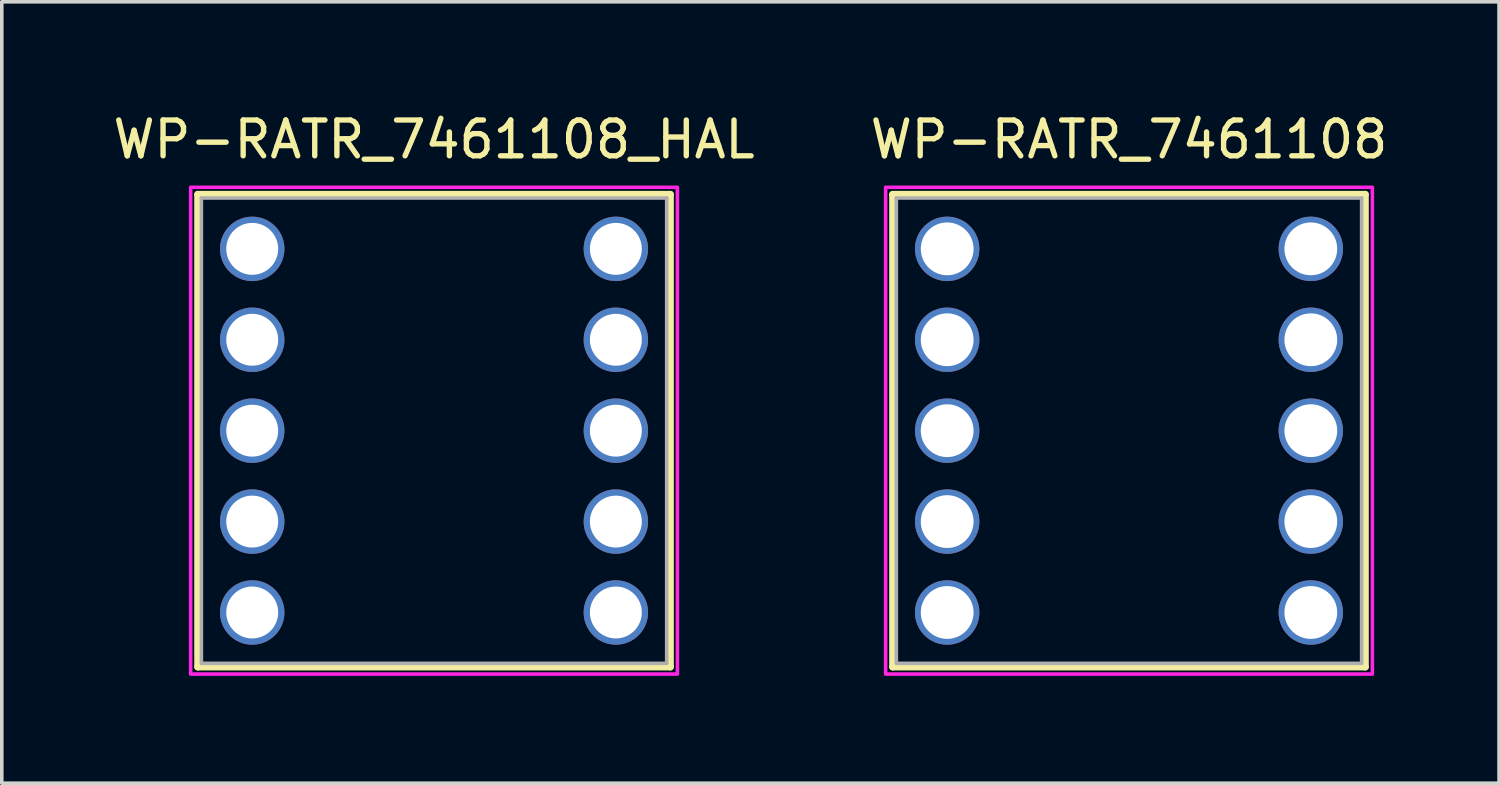
<source format=kicad_pcb>
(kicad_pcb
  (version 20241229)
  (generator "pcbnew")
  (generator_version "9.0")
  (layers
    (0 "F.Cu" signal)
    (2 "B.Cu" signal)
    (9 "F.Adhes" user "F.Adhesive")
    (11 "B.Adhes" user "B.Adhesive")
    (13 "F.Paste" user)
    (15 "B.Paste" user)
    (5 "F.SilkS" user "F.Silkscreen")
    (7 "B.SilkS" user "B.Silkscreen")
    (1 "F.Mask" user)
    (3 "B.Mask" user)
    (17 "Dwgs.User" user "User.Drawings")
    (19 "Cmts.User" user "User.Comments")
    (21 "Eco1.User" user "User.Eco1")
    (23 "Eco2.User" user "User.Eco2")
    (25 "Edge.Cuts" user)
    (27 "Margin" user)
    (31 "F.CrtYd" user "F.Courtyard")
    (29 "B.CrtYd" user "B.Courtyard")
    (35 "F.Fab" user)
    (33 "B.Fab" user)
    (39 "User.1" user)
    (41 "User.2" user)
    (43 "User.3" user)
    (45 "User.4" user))
  (footprint "WP-RATR_7461108_HAL"
    (layer "F.Cu")
    (at 9.077 8.983)
    (property "Reference" "WP-RATR_7461108_HAL" (at 0 -8.135 0) (layer "F.SilkS") (effects (font (size 1 1) (thickness 0.15))))
    (attr through_hole)
    (fp_line (start -6.6 -6.6) (end 6.6 -6.6) (stroke (width 0.2) (type solid)) (layer "F.SilkS"))
    (fp_line (start -6.6 6.6) (end -6.6 -6.6) (stroke (width 0.2) (type solid)) (layer "F.SilkS"))
    (fp_line (start 6.6 -6.6) (end 6.6 6.6) (stroke (width 0.2) (type solid)) (layer "F.SilkS"))
    (fp_line (start 6.6 6.6) (end -6.6 6.6) (stroke (width 0.2) (type solid)) (layer "F.SilkS"))
    (fp_poly (pts (xy -6.8 -6.8) (xy 6.8 -6.8) (xy 6.8 6.8) (xy -6.8 6.8)) (stroke (width 0.1) (type solid)) (fill no) (layer "F.CrtYd"))
    (fp_line (start -6.5 -6.5) (end 6.5 -6.5) (stroke (width 0.1) (type solid)) (layer "F.Fab"))
    (fp_line (start -6.5 6.5) (end -6.5 -6.5) (stroke (width 0.1) (type solid)) (layer "F.Fab"))
    (fp_line (start 6.5 -6.5) (end 6.5 6.5) (stroke (width 0.1) (type solid)) (layer "F.Fab"))
    (fp_line (start 6.5 6.5) (end -6.5 6.5) (stroke (width 0.1) (type solid)) (layer "F.Fab"))
    (pad "1" thru_hole circle (at 5.08 -5.08) (size 1.8 1.8) (drill 1.45) (layers "*.Cu" "*.Mask"))
    (pad "2" thru_hole circle (at 5.08 -2.54) (size 1.8 1.8) (drill 1.45) (layers "*.Cu" "*.Mask"))
    (pad "3" thru_hole circle (at 5.08 0) (size 1.8 1.8) (drill 1.45) (layers "*.Cu" "*.Mask"))
    (pad "4" thru_hole circle (at 5.08 2.54) (size 1.8 1.8) (drill 1.45) (layers "*.Cu" "*.Mask"))
    (pad "5" thru_hole circle (at 5.08 5.08) (size 1.8 1.8) (drill 1.45) (layers "*.Cu" "*.Mask"))
    (pad "6" thru_hole circle (at -5.08 5.08) (size 1.8 1.8) (drill 1.45) (layers "*.Cu" "*.Mask"))
    (pad "7" thru_hole circle (at -5.08 2.54) (size 1.8 1.8) (drill 1.45) (layers "*.Cu" "*.Mask"))
    (pad "8" thru_hole circle (at -5.08 0) (size 1.8 1.8) (drill 1.45) (layers "*.Cu" "*.Mask"))
    (pad "9" thru_hole circle (at -5.08 -2.54) (size 1.8 1.8) (drill 1.45) (layers "*.Cu" "*.Mask"))
    (pad "10" thru_hole circle (at -5.08 -5.08) (size 1.8 1.8) (drill 1.45) (layers "*.Cu" "*.Mask")))
  (footprint "WP-RATR_7461108"
    (layer "F.Cu")
    (at 28.494 8.983)
    (property "Reference" "WP-RATR_7461108" (at 0 -8.135 0) (layer "F.SilkS") (effects (font (size 1 1) (thickness 0.15))))
    (attr through_hole)
    (fp_line (start -6.6 -6.6) (end 6.6 -6.6) (stroke (width 0.2) (type solid)) (layer "F.SilkS"))
    (fp_line (start -6.6 6.6) (end -6.6 -6.6) (stroke (width 0.2) (type solid)) (layer "F.SilkS"))
    (fp_line (start 6.6 -6.6) (end 6.6 6.6) (stroke (width 0.2) (type solid)) (layer "F.SilkS"))
    (fp_line (start 6.6 6.6) (end -6.6 6.6) (stroke (width 0.2) (type solid)) (layer "F.SilkS"))
    (fp_poly (pts (xy -6.8 -6.8) (xy 6.8 -6.8) (xy 6.8 6.8) (xy -6.8 6.8)) (stroke (width 0.1) (type solid)) (fill no) (layer "F.CrtYd"))
    (fp_line (start -6.5 -6.5) (end 6.5 -6.5) (stroke (width 0.1) (type solid)) (layer "F.Fab"))
    (fp_line (start -6.5 6.5) (end -6.5 -6.5) (stroke (width 0.1) (type solid)) (layer "F.Fab"))
    (fp_line (start 6.5 -6.5) (end 6.5 6.5) (stroke (width 0.1) (type solid)) (layer "F.Fab"))
    (fp_line (start 6.5 6.5) (end -6.5 6.5) (stroke (width 0.1) (type solid)) (layer "F.Fab"))
    (pad "1" thru_hole circle (at 5.08 -5.08) (size 1.8 1.8) (drill 1.475) (layers "*.Cu" "*.Mask"))
    (pad "2" thru_hole circle (at 5.08 -2.54) (size 1.8 1.8) (drill 1.475) (layers "*.Cu" "*.Mask"))
    (pad "3" thru_hole circle (at 5.08 0) (size 1.8 1.8) (drill 1.475) (layers "*.Cu" "*.Mask"))
    (pad "4" thru_hole circle (at 5.08 2.54) (size 1.8 1.8) (drill 1.475) (layers "*.Cu" "*.Mask"))
    (pad "5" thru_hole circle (at 5.08 5.08) (size 1.8 1.8) (drill 1.475) (layers "*.Cu" "*.Mask"))
    (pad "6" thru_hole circle (at -5.08 5.08) (size 1.8 1.8) (drill 1.475) (layers "*.Cu" "*.Mask"))
    (pad "7" thru_hole circle (at -5.08 2.54) (size 1.8 1.8) (drill 1.475) (layers "*.Cu" "*.Mask"))
    (pad "8" thru_hole circle (at -5.08 0) (size 1.8 1.8) (drill 1.475) (layers "*.Cu" "*.Mask"))
    (pad "9" thru_hole circle (at -5.08 -2.54) (size 1.8 1.8) (drill 1.475) (layers "*.Cu" "*.Mask"))
    (pad "10" thru_hole circle (at -5.08 -5.08) (size 1.8 1.8) (drill 1.475) (layers "*.Cu" "*.Mask")))
  (gr_rect
    (start -3 -3)
    (end 38.833 18.833)
    (stroke (width 0.1) (type default))
    (fill no)
    (layer "Edge.Cuts")))
</source>
